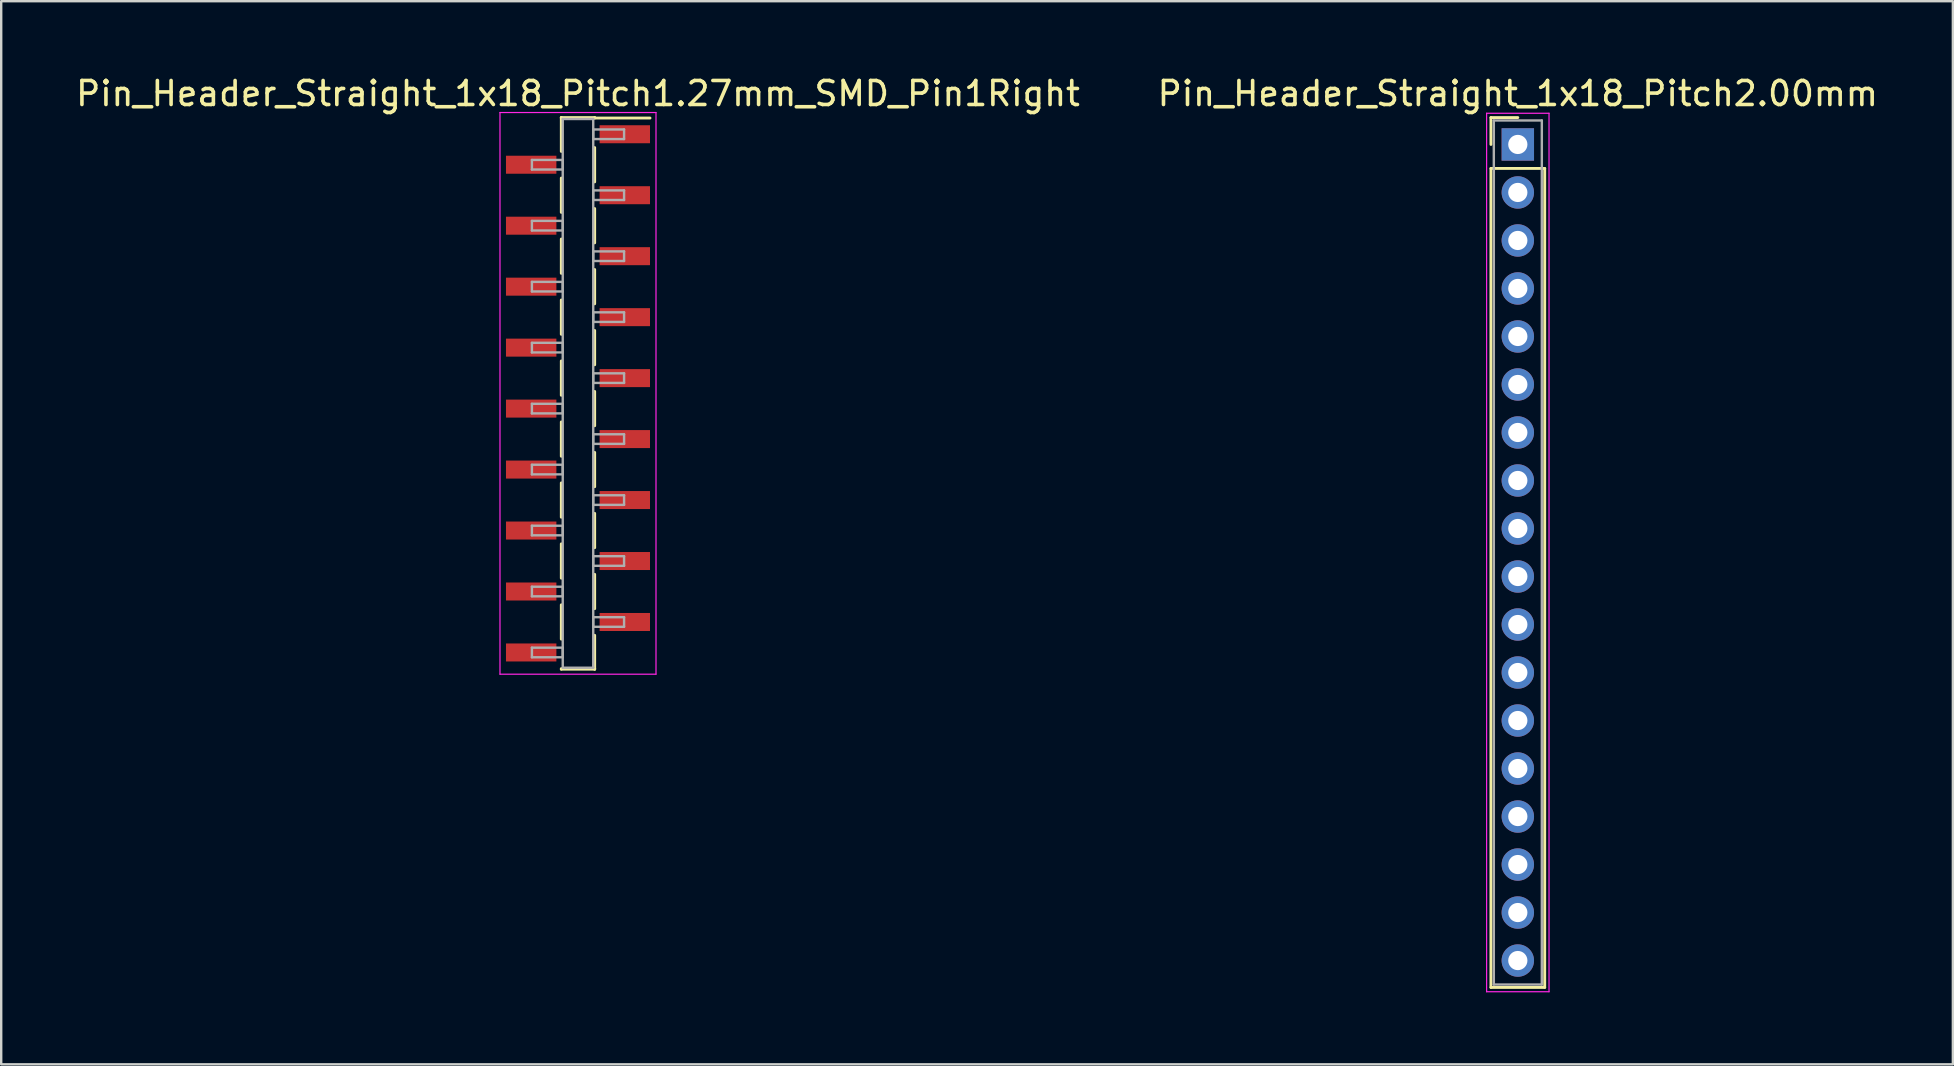
<source format=kicad_pcb>
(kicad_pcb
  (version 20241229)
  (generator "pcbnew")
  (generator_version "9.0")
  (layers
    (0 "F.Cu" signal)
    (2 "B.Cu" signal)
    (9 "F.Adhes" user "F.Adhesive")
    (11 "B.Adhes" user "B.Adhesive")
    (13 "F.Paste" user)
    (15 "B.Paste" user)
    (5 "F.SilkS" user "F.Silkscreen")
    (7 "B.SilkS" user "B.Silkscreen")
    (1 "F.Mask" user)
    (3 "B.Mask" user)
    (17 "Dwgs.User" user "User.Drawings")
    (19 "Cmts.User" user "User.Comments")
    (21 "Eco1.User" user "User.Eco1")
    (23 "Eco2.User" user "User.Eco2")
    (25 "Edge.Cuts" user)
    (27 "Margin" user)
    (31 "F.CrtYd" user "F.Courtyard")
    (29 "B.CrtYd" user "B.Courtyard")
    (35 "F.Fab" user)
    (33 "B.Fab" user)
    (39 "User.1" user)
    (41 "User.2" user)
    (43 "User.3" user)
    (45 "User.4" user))
  (footprint "Pin_Header_Straight_1x18_Pitch1.27mm_SMD_Pin1Right"
    (layer "F.Cu")
    (at 21.03 13.338)
    (property "Reference" "Pin_Header_Straight_1x18_Pitch1.27mm_SMD_Pin1Right" (at 0 -12.49 0) (layer "F.SilkS") (effects (font (size 1 1) (thickness 0.15))))
    (attr smd)
    (fp_line (start -0.695 -11.49) (end -0.695 -10.08) (stroke (width 0.12) (type solid)) (layer "F.SilkS"))
    (fp_line (start -0.695 -11.49) (end 0.695 -11.49) (stroke (width 0.12) (type solid)) (layer "F.SilkS"))
    (fp_line (start -0.695 -11.47) (end -0.695 -11.49) (stroke (width 0.12) (type solid)) (layer "F.SilkS"))
    (fp_line (start -0.695 -8.97) (end -0.695 -7.54) (stroke (width 0.12) (type solid)) (layer "F.SilkS"))
    (fp_line (start -0.695 -6.43) (end -0.695 -5) (stroke (width 0.12) (type solid)) (layer "F.SilkS"))
    (fp_line (start -0.695 -3.89) (end -0.695 -2.46) (stroke (width 0.12) (type solid)) (layer "F.SilkS"))
    (fp_line (start -0.695 -1.35) (end -0.695 0.08) (stroke (width 0.12) (type solid)) (layer "F.SilkS"))
    (fp_line (start -0.695 1.19) (end -0.695 2.62) (stroke (width 0.12) (type solid)) (layer "F.SilkS"))
    (fp_line (start -0.695 3.73) (end -0.695 5.16) (stroke (width 0.12) (type solid)) (layer "F.SilkS"))
    (fp_line (start -0.695 6.27) (end -0.695 7.7) (stroke (width 0.12) (type solid)) (layer "F.SilkS"))
    (fp_line (start -0.695 8.81) (end -0.695 10.24) (stroke (width 0.12) (type solid)) (layer "F.SilkS"))
    (fp_line (start -0.695 11.47) (end -0.695 11.49) (stroke (width 0.12) (type solid)) (layer "F.SilkS"))
    (fp_line (start -0.695 11.49) (end 0.695 11.49) (stroke (width 0.12) (type solid)) (layer "F.SilkS"))
    (fp_line (start 0.695 -11.49) (end 0.695 -11.47) (stroke (width 0.12) (type solid)) (layer "F.SilkS"))
    (fp_line (start 0.695 -11.47) (end 3 -11.47) (stroke (width 0.12) (type solid)) (layer "F.SilkS"))
    (fp_line (start 0.695 -10.24) (end 0.695 -8.81) (stroke (width 0.12) (type solid)) (layer "F.SilkS"))
    (fp_line (start 0.695 -7.7) (end 0.695 -6.27) (stroke (width 0.12) (type solid)) (layer "F.SilkS"))
    (fp_line (start 0.695 -5.16) (end 0.695 -3.73) (stroke (width 0.12) (type solid)) (layer "F.SilkS"))
    (fp_line (start 0.695 -2.62) (end 0.695 -1.19) (stroke (width 0.12) (type solid)) (layer "F.SilkS"))
    (fp_line (start 0.695 -0.08) (end 0.695 1.35) (stroke (width 0.12) (type solid)) (layer "F.SilkS"))
    (fp_line (start 0.695 2.46) (end 0.695 3.89) (stroke (width 0.12) (type solid)) (layer "F.SilkS"))
    (fp_line (start 0.695 5) (end 0.695 6.43) (stroke (width 0.12) (type solid)) (layer "F.SilkS"))
    (fp_line (start 0.695 7.54) (end 0.695 8.97) (stroke (width 0.12) (type solid)) (layer "F.SilkS"))
    (fp_line (start 0.695 10.08) (end 0.695 11.49) (stroke (width 0.12) (type solid)) (layer "F.SilkS"))
    (fp_line (start 0.695 11.49) (end 0.695 11.47) (stroke (width 0.12) (type solid)) (layer "F.SilkS"))
    (fp_line (start -3.25 -11.7) (end -3.25 11.7) (stroke (width 0.05) (type solid)) (layer "F.CrtYd"))
    (fp_line (start -3.25 11.7) (end 3.25 11.7) (stroke (width 0.05) (type solid)) (layer "F.CrtYd"))
    (fp_line (start 3.25 -11.7) (end -3.25 -11.7) (stroke (width 0.05) (type solid)) (layer "F.CrtYd"))
    (fp_line (start 3.25 11.7) (end 3.25 -11.7) (stroke (width 0.05) (type solid)) (layer "F.CrtYd"))
    (fp_line (start -1.92 -9.725) (end -0.635 -9.725) (stroke (width 0.1) (type solid)) (layer "F.Fab"))
    (fp_line (start -1.92 -9.325) (end -1.92 -9.725) (stroke (width 0.1) (type solid)) (layer "F.Fab"))
    (fp_line (start -1.92 -7.185) (end -0.635 -7.185) (stroke (width 0.1) (type solid)) (layer "F.Fab"))
    (fp_line (start -1.92 -6.785) (end -1.92 -7.185) (stroke (width 0.1) (type solid)) (layer "F.Fab"))
    (fp_line (start -1.92 -4.645) (end -0.635 -4.645) (stroke (width 0.1) (type solid)) (layer "F.Fab"))
    (fp_line (start -1.92 -4.245) (end -1.92 -4.645) (stroke (width 0.1) (type solid)) (layer "F.Fab"))
    (fp_line (start -1.92 -2.105) (end -0.635 -2.105) (stroke (width 0.1) (type solid)) (layer "F.Fab"))
    (fp_line (start -1.92 -1.705) (end -1.92 -2.105) (stroke (width 0.1) (type solid)) (layer "F.Fab"))
    (fp_line (start -1.92 0.435) (end -0.635 0.435) (stroke (width 0.1) (type solid)) (layer "F.Fab"))
    (fp_line (start -1.92 0.835) (end -1.92 0.435) (stroke (width 0.1) (type solid)) (layer "F.Fab"))
    (fp_line (start -1.92 2.975) (end -0.635 2.975) (stroke (width 0.1) (type solid)) (layer "F.Fab"))
    (fp_line (start -1.92 3.375) (end -1.92 2.975) (stroke (width 0.1) (type solid)) (layer "F.Fab"))
    (fp_line (start -1.92 5.515) (end -0.635 5.515) (stroke (width 0.1) (type solid)) (layer "F.Fab"))
    (fp_line (start -1.92 5.915) (end -1.92 5.515) (stroke (width 0.1) (type solid)) (layer "F.Fab"))
    (fp_line (start -1.92 8.055) (end -0.635 8.055) (stroke (width 0.1) (type solid)) (layer "F.Fab"))
    (fp_line (start -1.92 8.455) (end -1.92 8.055) (stroke (width 0.1) (type solid)) (layer "F.Fab"))
    (fp_line (start -1.92 10.595) (end -0.635 10.595) (stroke (width 0.1) (type solid)) (layer "F.Fab"))
    (fp_line (start -1.92 10.995) (end -1.92 10.595) (stroke (width 0.1) (type solid)) (layer "F.Fab"))
    (fp_line (start -0.635 -11.43) (end -0.635 11.43) (stroke (width 0.1) (type solid)) (layer "F.Fab"))
    (fp_line (start -0.635 -9.725) (end -0.635 -9.325) (stroke (width 0.1) (type solid)) (layer "F.Fab"))
    (fp_line (start -0.635 -9.325) (end -1.92 -9.325) (stroke (width 0.1) (type solid)) (layer "F.Fab"))
    (fp_line (start -0.635 -7.185) (end -0.635 -6.785) (stroke (width 0.1) (type solid)) (layer "F.Fab"))
    (fp_line (start -0.635 -6.785) (end -1.92 -6.785) (stroke (width 0.1) (type solid)) (layer "F.Fab"))
    (fp_line (start -0.635 -4.645) (end -0.635 -4.245) (stroke (width 0.1) (type solid)) (layer "F.Fab"))
    (fp_line (start -0.635 -4.245) (end -1.92 -4.245) (stroke (width 0.1) (type solid)) (layer "F.Fab"))
    (fp_line (start -0.635 -2.105) (end -0.635 -1.705) (stroke (width 0.1) (type solid)) (layer "F.Fab"))
    (fp_line (start -0.635 -1.705) (end -1.92 -1.705) (stroke (width 0.1) (type solid)) (layer "F.Fab"))
    (fp_line (start -0.635 0.435) (end -0.635 0.835) (stroke (width 0.1) (type solid)) (layer "F.Fab"))
    (fp_line (start -0.635 0.835) (end -1.92 0.835) (stroke (width 0.1) (type solid)) (layer "F.Fab"))
    (fp_line (start -0.635 2.975) (end -0.635 3.375) (stroke (width 0.1) (type solid)) (layer "F.Fab"))
    (fp_line (start -0.635 3.375) (end -1.92 3.375) (stroke (width 0.1) (type solid)) (layer "F.Fab"))
    (fp_line (start -0.635 5.515) (end -0.635 5.915) (stroke (width 0.1) (type solid)) (layer "F.Fab"))
    (fp_line (start -0.635 5.915) (end -1.92 5.915) (stroke (width 0.1) (type solid)) (layer "F.Fab"))
    (fp_line (start -0.635 8.055) (end -0.635 8.455) (stroke (width 0.1) (type solid)) (layer "F.Fab"))
    (fp_line (start -0.635 8.455) (end -1.92 8.455) (stroke (width 0.1) (type solid)) (layer "F.Fab"))
    (fp_line (start -0.635 10.595) (end -0.635 10.995) (stroke (width 0.1) (type solid)) (layer "F.Fab"))
    (fp_line (start -0.635 10.995) (end -1.92 10.995) (stroke (width 0.1) (type solid)) (layer "F.Fab"))
    (fp_line (start -0.635 11.43) (end 0.635 11.43) (stroke (width 0.1) (type solid)) (layer "F.Fab"))
    (fp_line (start 0.635 -11.43) (end -0.635 -11.43) (stroke (width 0.1) (type solid)) (layer "F.Fab"))
    (fp_line (start 0.635 -10.995) (end 0.635 -10.595) (stroke (width 0.1) (type solid)) (layer "F.Fab"))
    (fp_line (start 0.635 -10.595) (end 1.92 -10.595) (stroke (width 0.1) (type solid)) (layer "F.Fab"))
    (fp_line (start 0.635 -8.455) (end 0.635 -8.055) (stroke (width 0.1) (type solid)) (layer "F.Fab"))
    (fp_line (start 0.635 -8.055) (end 1.92 -8.055) (stroke (width 0.1) (type solid)) (layer "F.Fab"))
    (fp_line (start 0.635 -5.915) (end 0.635 -5.515) (stroke (width 0.1) (type solid)) (layer "F.Fab"))
    (fp_line (start 0.635 -5.515) (end 1.92 -5.515) (stroke (width 0.1) (type solid)) (layer "F.Fab"))
    (fp_line (start 0.635 -3.375) (end 0.635 -2.975) (stroke (width 0.1) (type solid)) (layer "F.Fab"))
    (fp_line (start 0.635 -2.975) (end 1.92 -2.975) (stroke (width 0.1) (type solid)) (layer "F.Fab"))
    (fp_line (start 0.635 -0.835) (end 0.635 -0.435) (stroke (width 0.1) (type solid)) (layer "F.Fab"))
    (fp_line (start 0.635 -0.435) (end 1.92 -0.435) (stroke (width 0.1) (type solid)) (layer "F.Fab"))
    (fp_line (start 0.635 1.705) (end 0.635 2.105) (stroke (width 0.1) (type solid)) (layer "F.Fab"))
    (fp_line (start 0.635 2.105) (end 1.92 2.105) (stroke (width 0.1) (type solid)) (layer "F.Fab"))
    (fp_line (start 0.635 4.245) (end 0.635 4.645) (stroke (width 0.1) (type solid)) (layer "F.Fab"))
    (fp_line (start 0.635 4.645) (end 1.92 4.645) (stroke (width 0.1) (type solid)) (layer "F.Fab"))
    (fp_line (start 0.635 6.785) (end 0.635 7.185) (stroke (width 0.1) (type solid)) (layer "F.Fab"))
    (fp_line (start 0.635 7.185) (end 1.92 7.185) (stroke (width 0.1) (type solid)) (layer "F.Fab"))
    (fp_line (start 0.635 9.325) (end 0.635 9.725) (stroke (width 0.1) (type solid)) (layer "F.Fab"))
    (fp_line (start 0.635 9.725) (end 1.92 9.725) (stroke (width 0.1) (type solid)) (layer "F.Fab"))
    (fp_line (start 0.635 11.43) (end 0.635 -11.43) (stroke (width 0.1) (type solid)) (layer "F.Fab"))
    (fp_line (start 1.92 -10.995) (end 0.635 -10.995) (stroke (width 0.1) (type solid)) (layer "F.Fab"))
    (fp_line (start 1.92 -10.595) (end 1.92 -10.995) (stroke (width 0.1) (type solid)) (layer "F.Fab"))
    (fp_line (start 1.92 -8.455) (end 0.635 -8.455) (stroke (width 0.1) (type solid)) (layer "F.Fab"))
    (fp_line (start 1.92 -8.055) (end 1.92 -8.455) (stroke (width 0.1) (type solid)) (layer "F.Fab"))
    (fp_line (start 1.92 -5.915) (end 0.635 -5.915) (stroke (width 0.1) (type solid)) (layer "F.Fab"))
    (fp_line (start 1.92 -5.515) (end 1.92 -5.915) (stroke (width 0.1) (type solid)) (layer "F.Fab"))
    (fp_line (start 1.92 -3.375) (end 0.635 -3.375) (stroke (width 0.1) (type solid)) (layer "F.Fab"))
    (fp_line (start 1.92 -2.975) (end 1.92 -3.375) (stroke (width 0.1) (type solid)) (layer "F.Fab"))
    (fp_line (start 1.92 -0.835) (end 0.635 -0.835) (stroke (width 0.1) (type solid)) (layer "F.Fab"))
    (fp_line (start 1.92 -0.435) (end 1.92 -0.835) (stroke (width 0.1) (type solid)) (layer "F.Fab"))
    (fp_line (start 1.92 1.705) (end 0.635 1.705) (stroke (width 0.1) (type solid)) (layer "F.Fab"))
    (fp_line (start 1.92 2.105) (end 1.92 1.705) (stroke (width 0.1) (type solid)) (layer "F.Fab"))
    (fp_line (start 1.92 4.245) (end 0.635 4.245) (stroke (width 0.1) (type solid)) (layer "F.Fab"))
    (fp_line (start 1.92 4.645) (end 1.92 4.245) (stroke (width 0.1) (type solid)) (layer "F.Fab"))
    (fp_line (start 1.92 6.785) (end 0.635 6.785) (stroke (width 0.1) (type solid)) (layer "F.Fab"))
    (fp_line (start 1.92 7.185) (end 1.92 6.785) (stroke (width 0.1) (type solid)) (layer "F.Fab"))
    (fp_line (start 1.92 9.325) (end 0.635 9.325) (stroke (width 0.1) (type solid)) (layer "F.Fab"))
    (fp_line (start 1.92 9.725) (end 1.92 9.325) (stroke (width 0.1) (type solid)) (layer "F.Fab"))
    (pad "1" smd rect (at 1.95 -10.795) (size 2.1 0.75) (layers "F.Cu" "F.Mask"))
    (pad "2" smd rect (at -1.95 -9.525) (size 2.1 0.75) (layers "F.Cu" "F.Mask"))
    (pad "3" smd rect (at 1.95 -8.255) (size 2.1 0.75) (layers "F.Cu" "F.Mask"))
    (pad "4" smd rect (at -1.95 -6.985) (size 2.1 0.75) (layers "F.Cu" "F.Mask"))
    (pad "5" smd rect (at 1.95 -5.715) (size 2.1 0.75) (layers "F.Cu" "F.Mask"))
    (pad "6" smd rect (at -1.95 -4.445) (size 2.1 0.75) (layers "F.Cu" "F.Mask"))
    (pad "7" smd rect (at 1.95 -3.175) (size 2.1 0.75) (layers "F.Cu" "F.Mask"))
    (pad "8" smd rect (at -1.95 -1.905) (size 2.1 0.75) (layers "F.Cu" "F.Mask"))
    (pad "9" smd rect (at 1.95 -0.635) (size 2.1 0.75) (layers "F.Cu" "F.Mask"))
    (pad "10" smd rect (at -1.95 0.635) (size 2.1 0.75) (layers "F.Cu" "F.Mask"))
    (pad "11" smd rect (at 1.95 1.905) (size 2.1 0.75) (layers "F.Cu" "F.Mask"))
    (pad "12" smd rect (at -1.95 3.175) (size 2.1 0.75) (layers "F.Cu" "F.Mask"))
    (pad "13" smd rect (at 1.95 4.445) (size 2.1 0.75) (layers "F.Cu" "F.Mask"))
    (pad "14" smd rect (at -1.95 5.715) (size 2.1 0.75) (layers "F.Cu" "F.Mask"))
    (pad "15" smd rect (at 1.95 6.985) (size 2.1 0.75) (layers "F.Cu" "F.Mask"))
    (pad "16" smd rect (at -1.95 8.255) (size 2.1 0.75) (layers "F.Cu" "F.Mask"))
    (pad "17" smd rect (at 1.95 9.525) (size 2.1 0.75) (layers "F.Cu" "F.Mask"))
    (pad "18" smd rect (at -1.95 10.795) (size 2.1 0.75) (layers "F.Cu" "F.Mask")))
  (footprint "Pin_Header_Straight_1x18_Pitch2.00mm"
    (layer "F.Cu")
    (at 60.185 2.968)
    (property "Reference" "Pin_Header_Straight_1x18_Pitch2.00mm" (at 0 -2.12 0) (layer "F.SilkS") (effects (font (size 1 1) (thickness 0.15))))
    (attr through_hole)
    (fp_line (start -1.12 -1.12) (end 0 -1.12) (stroke (width 0.12) (type solid)) (layer "F.SilkS"))
    (fp_line (start -1.12 0) (end -1.12 -1.12) (stroke (width 0.12) (type solid)) (layer "F.SilkS"))
    (fp_line (start -1.12 1) (end -1.12 35.12) (stroke (width 0.12) (type solid)) (layer "F.SilkS"))
    (fp_line (start -1.12 35.12) (end 1.12 35.12) (stroke (width 0.12) (type solid)) (layer "F.SilkS"))
    (fp_line (start 1.12 1) (end -1.12 1) (stroke (width 0.12) (type solid)) (layer "F.SilkS"))
    (fp_line (start 1.12 35.12) (end 1.12 1) (stroke (width 0.12) (type solid)) (layer "F.SilkS"))
    (fp_line (start -1.3 -1.3) (end -1.3 35.3) (stroke (width 0.05) (type solid)) (layer "F.CrtYd"))
    (fp_line (start -1.3 35.3) (end 1.3 35.3) (stroke (width 0.05) (type solid)) (layer "F.CrtYd"))
    (fp_line (start 1.3 -1.3) (end -1.3 -1.3) (stroke (width 0.05) (type solid)) (layer "F.CrtYd"))
    (fp_line (start 1.3 35.3) (end 1.3 -1.3) (stroke (width 0.05) (type solid)) (layer "F.CrtYd"))
    (fp_line (start -1 -1) (end -1 35) (stroke (width 0.1) (type solid)) (layer "F.Fab"))
    (fp_line (start -1 35) (end 1 35) (stroke (width 0.1) (type solid)) (layer "F.Fab"))
    (fp_line (start 1 -1) (end -1 -1) (stroke (width 0.1) (type solid)) (layer "F.Fab"))
    (fp_line (start 1 35) (end 1 -1) (stroke (width 0.1) (type solid)) (layer "F.Fab"))
    (pad "1" thru_hole rect (at 0 0) (size 1.35 1.35) (drill 0.8) (layers "*.Cu" "*.Mask"))
    (pad "2" thru_hole oval (at 0 2) (size 1.35 1.35) (drill 0.8) (layers "*.Cu" "*.Mask"))
    (pad "3" thru_hole oval (at 0 4) (size 1.35 1.35) (drill 0.8) (layers "*.Cu" "*.Mask"))
    (pad "4" thru_hole oval (at 0 6) (size 1.35 1.35) (drill 0.8) (layers "*.Cu" "*.Mask"))
    (pad "5" thru_hole oval (at 0 8) (size 1.35 1.35) (drill 0.8) (layers "*.Cu" "*.Mask"))
    (pad "6" thru_hole oval (at 0 10) (size 1.35 1.35) (drill 0.8) (layers "*.Cu" "*.Mask"))
    (pad "7" thru_hole oval (at 0 12) (size 1.35 1.35) (drill 0.8) (layers "*.Cu" "*.Mask"))
    (pad "8" thru_hole oval (at 0 14) (size 1.35 1.35) (drill 0.8) (layers "*.Cu" "*.Mask"))
    (pad "9" thru_hole oval (at 0 16) (size 1.35 1.35) (drill 0.8) (layers "*.Cu" "*.Mask"))
    (pad "10" thru_hole oval (at 0 18) (size 1.35 1.35) (drill 0.8) (layers "*.Cu" "*.Mask"))
    (pad "11" thru_hole oval (at 0 20) (size 1.35 1.35) (drill 0.8) (layers "*.Cu" "*.Mask"))
    (pad "12" thru_hole oval (at 0 22) (size 1.35 1.35) (drill 0.8) (layers "*.Cu" "*.Mask"))
    (pad "13" thru_hole oval (at 0 24) (size 1.35 1.35) (drill 0.8) (layers "*.Cu" "*.Mask"))
    (pad "14" thru_hole oval (at 0 26) (size 1.35 1.35) (drill 0.8) (layers "*.Cu" "*.Mask"))
    (pad "15" thru_hole oval (at 0 28) (size 1.35 1.35) (drill 0.8) (layers "*.Cu" "*.Mask"))
    (pad "16" thru_hole oval (at 0 30) (size 1.35 1.35) (drill 0.8) (layers "*.Cu" "*.Mask"))
    (pad "17" thru_hole oval (at 0 32) (size 1.35 1.35) (drill 0.8) (layers "*.Cu" "*.Mask"))
    (pad "18" thru_hole oval (at 0 34) (size 1.35 1.35) (drill 0.8) (layers "*.Cu" "*.Mask")))
  (gr_rect
    (start -3 -3)
    (end 78.31 41.293)
    (stroke (width 0.1) (type default))
    (fill no)
    (layer "Edge.Cuts")))
</source>
